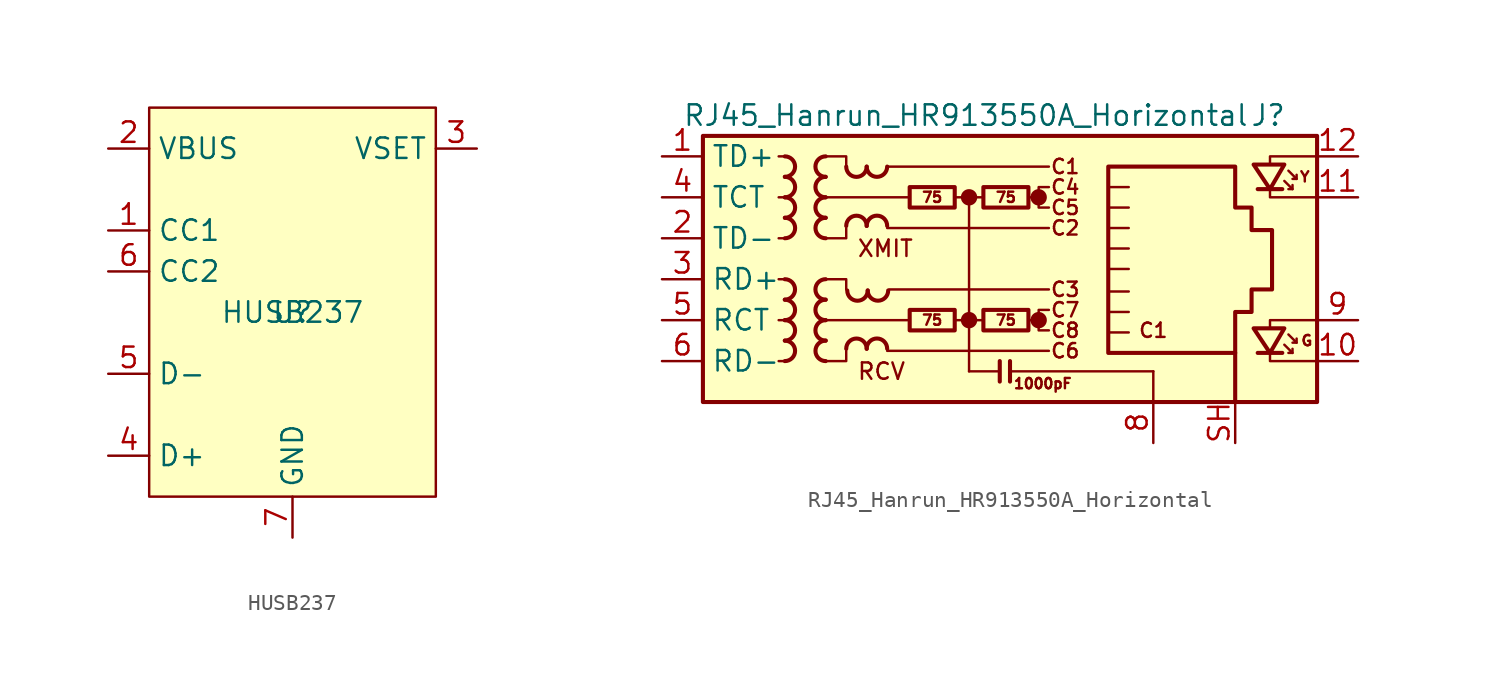
<source format=kicad_sym>
(kicad_symbol_lib
  (version 20241209)
  (generator "kicad_symbol_editor")
  (generator_version "9.0")
  (symbol "HUSB237"
    (property "Reference" "U"
      (at 0 0 0)
      (effects (font (size 1.27 1.27))))
    (property "Value" "HUSB237"
      (at 0 0 0)
      (effects (font (size 1.27 1.27))))
    (symbol "HUSB237_1_0"
      (pin power_in line (at -11.43 10.16 0) (length 2.54) (name "VBUS" (effects (font (size 1.27 1.27)))) (number "2" (effects (font (size 1.27 1.27)))))
      (pin bidirectional line (at -11.43 5.08 0) (length 2.54) (name "CC1" (effects (font (size 1.27 1.27)))) (number "1" (effects (font (size 1.27 1.27)))))
      (pin bidirectional line (at -11.43 2.54 0) (length 2.54) (name "CC2" (effects (font (size 1.27 1.27)))) (number "6" (effects (font (size 1.27 1.27)))))
      (pin bidirectional line (at -11.43 -3.81 0) (length 2.54) (name "D-" (effects (font (size 1.27 1.27)))) (number "5" (effects (font (size 1.27 1.27)))))
      (pin bidirectional line (at -11.43 -8.89 0) (length 2.54) (name "D+" (effects (font (size 1.27 1.27)))) (number "4" (effects (font (size 1.27 1.27)))))
      (pin power_out line (at 0 -13.97 90) (length 2.54) (name "GND" (effects (font (size 1.27 1.27)))) (number "7" (effects (font (size 1.27 1.27)))))
      (pin input line (at 11.43 10.16 180) (length 2.54) (name "VSET" (effects (font (size 1.27 1.27)))) (number "3" (effects (font (size 1.27 1.27))))))
    (symbol "HUSB237_1_1"
      (rectangle (start -8.89 12.7) (end 8.89 -11.43) (stroke (width 0) (type solid)) (fill (type background)))))
  (symbol "RJ45_Hanrun_HR913550A_Horizontal"
    (property "Reference" "J"
      (at 18.415 10.16 0)
      (effects (font (size 1.27 1.27)) (justify right)))
    (property "Value" "RJ45_Hanrun_HR913550A_Horizontal"
      (at -19.05 10.16 0)
      (effects (font (size 1.27 1.27)) (justify left)))
    (symbol "RJ45_Hanrun_HR913550A_Horizontal_0_0"
      (circle (center -1.27 5.08) (radius 0.0001) (stroke (width 0.508) (type default)) (fill (type none)))
      (polyline (pts (xy -1.27 5.08) (xy -1.27 -5.715)) (stroke (width 0) (type default)) (fill (type none)))
      (circle (center -1.27 -2.54) (radius 0.0001) (stroke (width 0.508) (type default)) (fill (type none)))
      (polyline (pts (xy 0.635 -5.08) (xy 0.635 -6.35)) (stroke (width 0.254) (type default)) (fill (type none)))
      (polyline (pts (xy 1.27 -5.08) (xy 1.27 -6.35)) (stroke (width 0.254) (type default)) (fill (type none)))
      (polyline (pts (xy 3.048 5.08) (xy 2.54 5.08)) (stroke (width 0) (type default)) (fill (type none)))
      (circle (center 3.048 5.08) (radius 0.0001) (stroke (width 0.508) (type default)) (fill (type none)))
      (polyline (pts (xy 3.048 -2.54) (xy 2.54 -2.54)) (stroke (width 0) (type default)) (fill (type none)))
      (circle (center 3.048 -2.54) (radius 0.0001) (stroke (width 0.508) (type default)) (fill (type none)))
      (polyline (pts (xy 3.683 5.715) (xy 3.048 5.715) (xy 3.048 4.445) (xy 3.683 4.445)) (stroke (width 0) (type default)) (fill (type none)))
      (polyline (pts (xy 3.683 -1.905) (xy 3.048 -1.905) (xy 3.048 -3.175) (xy 3.683 -3.175)) (stroke (width 0) (type default)) (fill (type none)))
      (polyline (pts (xy 17.399 7.112) (xy 17.399 7.62) (xy 20.32 7.62)) (stroke (width 0) (type default)) (fill (type none)))
      (polyline (pts (xy 17.399 -3.048) (xy 17.399 -2.54) (xy 20.32 -2.54)) (stroke (width 0) (type default)) (fill (type none)))
      (polyline (pts (xy 20.32 5.08) (xy 17.399 5.08) (xy 17.399 5.588)) (stroke (width 0) (type default)) (fill (type none)))
      (polyline (pts (xy 20.32 -5.08) (xy 17.399 -5.08) (xy 17.399 -4.572)) (stroke (width 0) (type default)) (fill (type none)))
      (text "XMIT" (at -8.255 1.905 0) (effects (font (size 1.016 1.016)) (justify left)))
      (text "RCV" (at -8.255 -5.715 0) (effects (font (size 1.016 1.016)) (justify left)))
      (text "C1" (at 4.699 6.985 0) (effects (font (size 0.889 0.889))))
      (text "C4" (at 4.699 5.715 0) (effects (font (size 0.889 0.889))))
      (text "C5" (at 4.699 4.445 0) (effects (font (size 0.889 0.889))))
      (text "C2" (at 4.699 3.175 0) (effects (font (size 0.889 0.889))))
      (text "C3" (at 4.699 -0.635 0) (effects (font (size 0.889 0.889))))
      (text "C7" (at 4.699 -1.905 0) (effects (font (size 0.889 0.889))))
      (text "C8" (at 4.699 -3.175 0) (effects (font (size 0.889 0.889))))
      (text "C6" (at 4.699 -4.445 0) (effects (font (size 0.889 0.889))))
      (text "C1" (at 10.16 -3.175 0) (effects (font (size 0.889 0.889)))))
    (symbol "RJ45_Hanrun_HR913550A_Horizontal_0_1"
      (rectangle (start -17.78 8.89) (end 20.32 -7.62) (stroke (width 0.254) (type default)) (fill (type background)))
      (polyline (pts (xy -12.7 7.62) (xy -13.081 7.62)) (stroke (width 0) (type default)) (fill (type none)))
      (polyline (pts (xy -12.7 5.08) (xy -13.081 5.08)) (stroke (width 0) (type default)) (fill (type none)))
      (polyline (pts (xy -12.7 2.54) (xy -13.081 2.54)) (stroke (width 0) (type default)) (fill (type none)))
      (polyline (pts (xy -12.7 0) (xy -13.081 0)) (stroke (width 0) (type default)) (fill (type none)))
      (polyline (pts (xy -12.7 -2.54) (xy -13.081 -2.54)) (stroke (width 0) (type default)) (fill (type none)))
      (polyline (pts (xy -12.7 -5.08) (xy -13.081 -5.08)) (stroke (width 0) (type default)) (fill (type none)))
      (polyline (pts (xy -10.16 7.62) (xy -8.89 7.62) (xy -8.89 6.985)) (stroke (width 0) (type default)) (fill (type none)))
      (polyline (pts (xy -10.16 0) (xy -8.89 0) (xy -8.89 -0.635)) (stroke (width 0) (type default)) (fill (type none)))
      (polyline (pts (xy -8.89 3.175) (xy -8.89 2.54) (xy -10.16 2.54)) (stroke (width 0) (type default)) (fill (type none)))
      (polyline (pts (xy -8.89 -4.445) (xy -8.89 -5.08) (xy -10.16 -5.08)) (stroke (width 0) (type default)) (fill (type none)))
      (polyline (pts (xy -6.35 6.985) (xy 3.683 6.985)) (stroke (width 0) (type default)) (fill (type none)))
      (polyline (pts (xy -6.35 3.175) (xy 3.683 3.175)) (stroke (width 0) (type default)) (fill (type none)))
      (polyline (pts (xy -6.35 -4.445) (xy 3.683 -4.445)) (stroke (width 0) (type default)) (fill (type none)))
      (polyline (pts (xy -6.223 -0.635) (xy 3.683 -0.635)) (stroke (width 0) (type default)) (fill (type none)))
      (polyline (pts (xy -5.08 -2.54) (xy -10.16 -2.54)) (stroke (width 0) (type default)) (fill (type none)))
      (polyline (pts (xy -4.953 5.08) (xy -10.16 5.08)) (stroke (width 0) (type default)) (fill (type none)))
      (polyline (pts (xy -2.159 5.08) (xy -0.381 5.08)) (stroke (width 0) (type default)) (fill (type none)))
      (polyline (pts (xy -2.159 -2.54) (xy -0.381 -2.54)) (stroke (width 0) (type default)) (fill (type none)))
      (polyline (pts (xy 0.635 -5.715) (xy -1.27 -5.715)) (stroke (width 0) (type default)) (fill (type none)))
      (polyline (pts (xy 7.366 3.175) (xy 8.636 3.175)) (stroke (width 0) (type default)) (fill (type none)))
      (polyline (pts (xy 7.366 1.905) (xy 8.636 1.905)) (stroke (width 0) (type default)) (fill (type none)))
      (polyline (pts (xy 7.366 0.635) (xy 8.636 0.635)) (stroke (width 0) (type default)) (fill (type none)))
      (polyline (pts (xy 7.366 -0.762) (xy 8.636 -0.762)) (stroke (width 0) (type default)) (fill (type none)))
      (polyline (pts (xy 7.366 -2.032) (xy 8.636 -2.032)) (stroke (width 0) (type default)) (fill (type none)))
      (polyline (pts (xy 8.636 5.715) (xy 7.366 5.715)) (stroke (width 0) (type default)) (fill (type none)))
      (polyline (pts (xy 8.636 4.445) (xy 7.366 4.445)) (stroke (width 0) (type default)) (fill (type none)))
      (polyline (pts (xy 8.636 -3.302) (xy 7.366 -3.302)) (stroke (width 0) (type default)) (fill (type none)))
      (polyline (pts (xy 10.16 -5.715) (xy 1.27 -5.715)) (stroke (width 0) (type default)) (fill (type none)))
      (polyline (pts (xy 10.16 -5.715) (xy 10.16 -7.62)) (stroke (width 0) (type default)) (fill (type none))))
    (symbol "RJ45_Hanrun_HR913550A_Horizontal_1_0"
      (text "1000pF" (at 3.302 -6.477 0) (effects (font (size 0.635 0.635)))))
    (symbol "RJ45_Hanrun_HR913550A_Horizontal_1_1"
      (arc (start -12.7 0) (mid -12.0677 -0.635) (end -12.7 -1.27) (stroke (width 0.254) (type default)) (fill (type none)))
      (arc (start -12.6973 7.62) (mid -12.065 6.985) (end -12.6973 6.35) (stroke (width 0.254) (type default)) (fill (type none)))
      (arc (start -12.6973 -1.27) (mid -12.065 -1.905) (end -12.6973 -2.54) (stroke (width 0.254) (type default)) (fill (type none)))
      (arc (start -12.6973 -2.54) (mid -12.065 -3.175) (end -12.6973 -3.81) (stroke (width 0.254) (type default)) (fill (type none)))
      (arc (start -12.6973 -3.81) (mid -12.065 -4.445) (end -12.6973 -5.08) (stroke (width 0.254) (type default)) (fill (type none)))
      (arc (start -12.6946 6.35) (mid -12.0623 5.715) (end -12.6946 5.08) (stroke (width 0.254) (type default)) (fill (type none)))
      (arc (start -12.6946 5.08) (mid -12.0623 4.445) (end -12.6946 3.81) (stroke (width 0.254) (type default)) (fill (type none)))
      (arc (start -12.6946 3.81) (mid -12.0623 3.175) (end -12.6946 2.54) (stroke (width 0.254) (type default)) (fill (type none)))
      (arc (start -10.1654 6.35) (mid -10.7977 6.985) (end -10.1654 7.62) (stroke (width 0.254) (type default)) (fill (type none)))
      (arc (start -10.1654 5.08) (mid -10.7977 5.715) (end -10.1654 6.35) (stroke (width 0.254) (type default)) (fill (type none)))
      (arc (start -10.1654 3.81) (mid -10.7977 4.445) (end -10.1654 5.08) (stroke (width 0.254) (type default)) (fill (type none)))
      (arc (start -10.1654 -1.27) (mid -10.7977 -0.635) (end -10.1654 0) (stroke (width 0.254) (type default)) (fill (type none)))
      (arc (start -10.1654 -2.54) (mid -10.7977 -1.905) (end -10.1654 -1.27) (stroke (width 0.254) (type default)) (fill (type none)))
      (arc (start -10.1654 -3.81) (mid -10.7977 -3.175) (end -10.1654 -2.54) (stroke (width 0.254) (type default)) (fill (type none)))
      (arc (start -10.1627 2.54) (mid -10.795 3.175) (end -10.1627 3.81) (stroke (width 0.254) (type default)) (fill (type none)))
      (arc (start -10.1627 -5.08) (mid -10.795 -4.445) (end -10.1627 -3.81) (stroke (width 0.254) (type default)) (fill (type none)))
      (arc (start -7.62 6.9823) (mid -8.255 6.35) (end -8.89 6.9823) (stroke (width 0.254) (type default)) (fill (type none)))
      (arc (start -8.89 3.3047) (mid -8.255 3.937) (end -7.62 3.3047) (stroke (width 0.254) (type default)) (fill (type none)))
      (arc (start -8.89 -4.3153) (mid -8.255 -3.683) (end -7.62 -4.3153) (stroke (width 0.254) (type default)) (fill (type none)))
      (arc (start -7.5565 -0.7012) (mid -8.1915 -1.3335) (end -8.8265 -0.7012) (stroke (width 0.254) (type default)) (fill (type none)))
      (arc (start -6.35 6.985) (mid -6.985 6.3527) (end -7.62 6.985) (stroke (width 0.254) (type default)) (fill (type none)))
      (arc (start -7.62 3.3074) (mid -6.985 3.9397) (end -6.35 3.3074) (stroke (width 0.254) (type default)) (fill (type none)))
      (arc (start -7.62 -4.3126) (mid -6.985 -3.6803) (end -6.35 -4.3126) (stroke (width 0.254) (type default)) (fill (type none)))
      (arc (start -6.2865 -0.6985) (mid -6.9215 -1.3308) (end -7.5565 -0.6985) (stroke (width 0.254) (type default)) (fill (type none)))
      (rectangle (start -4.953 5.715) (end -2.159 4.445) (stroke (width 0.254) (type default)) (fill (type none)))
      (rectangle (start -4.953 -1.905) (end -2.159 -3.175) (stroke (width 0.254) (type default)) (fill (type none)))
      (rectangle (start -0.381 5.715) (end 2.413 4.445) (stroke (width 0.254) (type default)) (fill (type none)))
      (rectangle (start -0.381 -1.905) (end 2.413 -3.175) (stroke (width 0.254) (type default)) (fill (type none)))
      (polyline (pts (xy 7.366 -4.572) (xy 7.366 6.985) (xy 15.24 6.985) (xy 15.24 4.445) (xy 16.256 4.445) (xy 16.256 3.048) (xy 17.526 3.048) (xy 17.526 -0.635) (xy 16.256 -0.635) (xy 16.256 -2.032) (xy 15.24 -2.032) (xy 15.24 -4.572) (xy 7.366 -4.572)) (stroke (width 0.254) (type default)) (fill (type none)))
      (polyline (pts (xy 15.24 -7.62) (xy 15.24 -4.572)) (stroke (width 0.254) (type default)) (fill (type none)))
      (polyline (pts (xy 18.161 5.588) (xy 16.637 5.588)) (stroke (width 0.254) (type default)) (fill (type none)))
      (polyline (pts (xy 18.161 -4.572) (xy 16.637 -4.572)) (stroke (width 0.254) (type default)) (fill (type none)))
      (polyline (pts (xy 18.288 7.112) (xy 16.383 7.112) (xy 17.399 5.588) (xy 18.288 7.112)) (stroke (width 0.254) (type default)) (fill (type none)))
      (polyline (pts (xy 18.288 6.096) (xy 18.796 5.588) (xy 18.542 5.588)) (stroke (width 0) (type default)) (fill (type none)))
      (polyline (pts (xy 18.288 -3.048) (xy 16.383 -3.048) (xy 17.399 -4.572) (xy 18.288 -3.048)) (stroke (width 0.254) (type default)) (fill (type none)))
      (polyline (pts (xy 18.288 -4.064) (xy 18.796 -4.572) (xy 18.542 -4.572)) (stroke (width 0) (type default)) (fill (type none)))
      (polyline (pts (xy 18.542 6.731) (xy 19.05 6.223) (xy 18.796 6.223)) (stroke (width 0) (type default)) (fill (type none)))
      (polyline (pts (xy 18.542 -3.429) (xy 19.05 -3.937) (xy 18.796 -3.937)) (stroke (width 0) (type default)) (fill (type none)))
      (polyline (pts (xy 18.796 5.588) (xy 18.796 5.842)) (stroke (width 0) (type default)) (fill (type none)))
      (polyline (pts (xy 18.796 -4.572) (xy 18.796 -4.318)) (stroke (width 0) (type default)) (fill (type none)))
      (polyline (pts (xy 19.05 6.223) (xy 19.05 6.477)) (stroke (width 0) (type default)) (fill (type none)))
      (polyline (pts (xy 19.05 -3.937) (xy 19.05 -3.683)) (stroke (width 0) (type default)) (fill (type none)))
      (text "75" (at -3.556 5.08 0) (effects (font (size 0.635 0.635))))
      (text "75" (at -3.556 -2.54 0) (effects (font (size 0.635 0.635))))
      (text "75" (at 1.016 5.08 0) (effects (font (size 0.635 0.635))))
      (text "75" (at 1.016 -2.54 0) (effects (font (size 0.635 0.635))))
      (text "Y" (at 19.558 6.35 0) (effects (font (size 0.635 0.635))))
      (text "G" (at 19.685 -3.81 0) (effects (font (size 0.635 0.635))))
      (pin passive line (at -20.32 7.62 0) (length 2.54) (name "TD+" (effects (font (size 1.27 1.27)))) (number "1" (effects (font (size 1.27 1.27)))))
      (pin passive line (at -20.32 5.08 0) (length 2.54) (name "TCT" (effects (font (size 1.27 1.27)))) (number "4" (effects (font (size 1.27 1.27)))))
      (pin passive line (at -20.32 2.54 0) (length 2.54) (name "TD-" (effects (font (size 1.27 1.27)))) (number "2" (effects (font (size 1.27 1.27)))))
      (pin passive line (at -20.32 0 0) (length 2.54) (name "RD+" (effects (font (size 1.27 1.27)))) (number "3" (effects (font (size 1.27 1.27)))))
      (pin passive line (at -20.32 -2.54 0) (length 2.54) (name "RCT" (effects (font (size 1.27 1.27)))) (number "5" (effects (font (size 1.27 1.27)))))
      (pin passive line (at -20.32 -5.08 0) (length 2.54) (name "RD-" (effects (font (size 1.27 1.27)))) (number "6" (effects (font (size 1.27 1.27)))))
      (pin power_in line (at 10.16 -10.16 90) (length 2.54) (name "" (effects (font (size 1.27 1.27)))) (number "8" (effects (font (size 1.27 1.27)))))
      (pin passive line (at 15.24 -10.16 90) (length 2.54) (name "" (effects (font (size 1.27 1.27)))) (number "SH" (effects (font (size 1.27 1.27)))))
      (pin no_connect line (at 20.32 0 0) (length 0) (hide yes) (name "NC" (effects (font (size 1.27 1.27)))) (number "7" (effects (font (size 1.27 1.27)))))
      (pin passive line (at 22.86 7.62 180) (length 2.54) (name "" (effects (font (size 1.27 1.27)))) (number "12" (effects (font (size 1.27 1.27)))))
      (pin passive line (at 22.86 5.08 180) (length 2.54) (name "" (effects (font (size 1.27 1.27)))) (number "11" (effects (font (size 1.27 1.27)))))
      (pin passive line (at 22.86 -2.54 180) (length 2.54) (name "" (effects (font (size 1.27 1.27)))) (number "9" (effects (font (size 1.27 1.27)))))
      (pin passive line (at 22.86 -5.08 180) (length 2.54) (name "" (effects (font (size 1.27 1.27)))) (number "10" (effects (font (size 1.27 1.27))))))))
</source>
